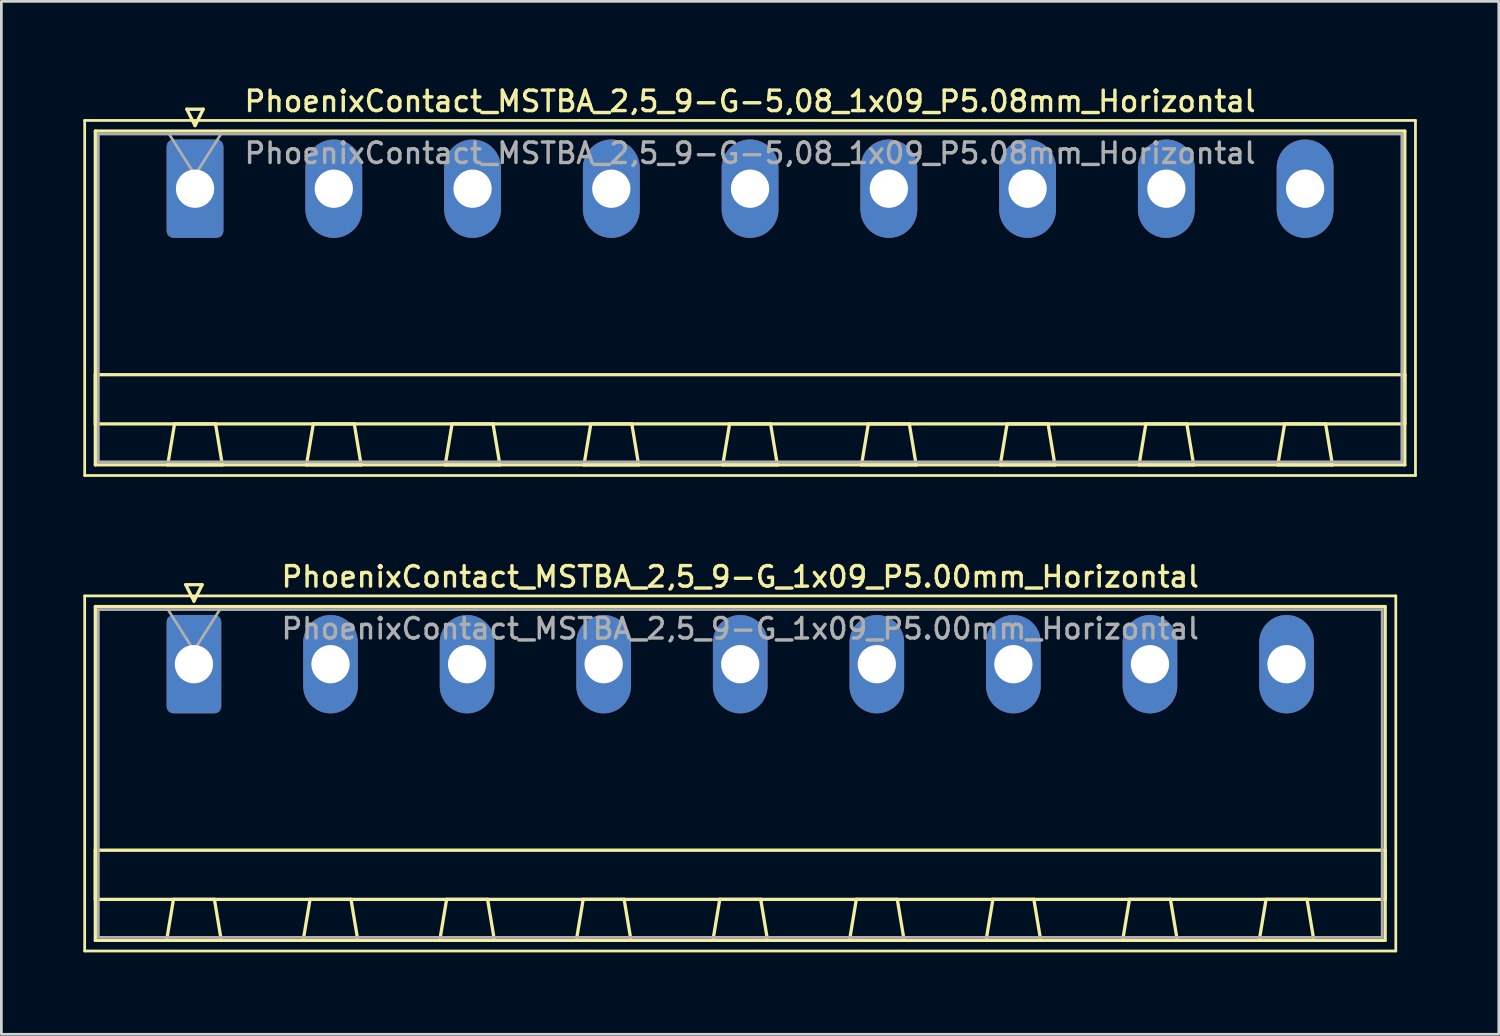
<source format=kicad_pcb>
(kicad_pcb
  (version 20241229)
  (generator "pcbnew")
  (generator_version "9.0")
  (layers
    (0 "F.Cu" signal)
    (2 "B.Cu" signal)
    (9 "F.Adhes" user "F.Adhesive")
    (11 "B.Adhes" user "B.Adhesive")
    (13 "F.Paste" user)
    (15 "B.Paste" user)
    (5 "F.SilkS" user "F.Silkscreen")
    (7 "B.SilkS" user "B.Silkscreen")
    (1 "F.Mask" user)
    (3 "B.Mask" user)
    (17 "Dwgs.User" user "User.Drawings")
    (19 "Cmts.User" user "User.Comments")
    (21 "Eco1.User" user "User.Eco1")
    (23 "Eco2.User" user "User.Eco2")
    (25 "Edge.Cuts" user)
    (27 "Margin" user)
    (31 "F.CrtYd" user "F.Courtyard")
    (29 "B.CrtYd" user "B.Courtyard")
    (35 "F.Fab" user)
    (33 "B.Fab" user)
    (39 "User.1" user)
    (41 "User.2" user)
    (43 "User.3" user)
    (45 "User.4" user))
  (footprint "PhoenixContact_MSTBA_2,5_9-G-5,08_1x09_P5.08mm_Horizontal"
    (layer "F.Cu")
    (at 4.09 3.858)
    (property "Reference" "PhoenixContact_MSTBA_2,5_9-G-5,08_1x09_P5.08mm_Horizontal" (at 20.32 -3.2 0) (layer "F.SilkS") (effects (font (size 0.75 0.75) (thickness 0.125))))
    (attr through_hole)
    (fp_line (start -4.04 -2.5) (end -4.04 10.5) (stroke (width 0.1) (type solid)) (layer "F.SilkS"))
    (fp_line (start -4.04 10.5) (end 44.68 10.5) (stroke (width 0.1) (type solid)) (layer "F.SilkS"))
    (fp_line (start -3.65 -2.11) (end -3.65 10.11) (stroke (width 0.12) (type solid)) (layer "F.SilkS"))
    (fp_line (start -3.65 6.81) (end 44.29 6.81) (stroke (width 0.12) (type solid)) (layer "F.SilkS"))
    (fp_line (start -3.65 8.61) (end -3.65 6.81) (stroke (width 0.12) (type solid)) (layer "F.SilkS"))
    (fp_line (start -3.65 10.11) (end 44.29 10.11) (stroke (width 0.12) (type solid)) (layer "F.SilkS"))
    (fp_line (start -1 10.11) (end 1 10.11) (stroke (width 0.12) (type solid)) (layer "F.SilkS"))
    (fp_line (start -0.75 8.61) (end -1 10.11) (stroke (width 0.12) (type solid)) (layer "F.SilkS"))
    (fp_line (start -0.3 -2.91) (end 0.3 -2.91) (stroke (width 0.12) (type solid)) (layer "F.SilkS"))
    (fp_line (start 0 -2.31) (end -0.3 -2.91) (stroke (width 0.12) (type solid)) (layer "F.SilkS"))
    (fp_line (start 0.3 -2.91) (end 0 -2.31) (stroke (width 0.12) (type solid)) (layer "F.SilkS"))
    (fp_line (start 0.75 8.61) (end -0.75 8.61) (stroke (width 0.12) (type solid)) (layer "F.SilkS"))
    (fp_line (start 1 10.11) (end 0.75 8.61) (stroke (width 0.12) (type solid)) (layer "F.SilkS"))
    (fp_line (start 4.08 10.11) (end 6.08 10.11) (stroke (width 0.12) (type solid)) (layer "F.SilkS"))
    (fp_line (start 4.33 8.61) (end 4.08 10.11) (stroke (width 0.12) (type solid)) (layer "F.SilkS"))
    (fp_line (start 5.83 8.61) (end 4.33 8.61) (stroke (width 0.12) (type solid)) (layer "F.SilkS"))
    (fp_line (start 6.08 10.11) (end 5.83 8.61) (stroke (width 0.12) (type solid)) (layer "F.SilkS"))
    (fp_line (start 9.16 10.11) (end 11.16 10.11) (stroke (width 0.12) (type solid)) (layer "F.SilkS"))
    (fp_line (start 9.41 8.61) (end 9.16 10.11) (stroke (width 0.12) (type solid)) (layer "F.SilkS"))
    (fp_line (start 10.91 8.61) (end 9.41 8.61) (stroke (width 0.12) (type solid)) (layer "F.SilkS"))
    (fp_line (start 11.16 10.11) (end 10.91 8.61) (stroke (width 0.12) (type solid)) (layer "F.SilkS"))
    (fp_line (start 14.24 10.11) (end 16.24 10.11) (stroke (width 0.12) (type solid)) (layer "F.SilkS"))
    (fp_line (start 14.49 8.61) (end 14.24 10.11) (stroke (width 0.12) (type solid)) (layer "F.SilkS"))
    (fp_line (start 15.99 8.61) (end 14.49 8.61) (stroke (width 0.12) (type solid)) (layer "F.SilkS"))
    (fp_line (start 16.24 10.11) (end 15.99 8.61) (stroke (width 0.12) (type solid)) (layer "F.SilkS"))
    (fp_line (start 19.32 10.11) (end 21.32 10.11) (stroke (width 0.12) (type solid)) (layer "F.SilkS"))
    (fp_line (start 19.57 8.61) (end 19.32 10.11) (stroke (width 0.12) (type solid)) (layer "F.SilkS"))
    (fp_line (start 21.07 8.61) (end 19.57 8.61) (stroke (width 0.12) (type solid)) (layer "F.SilkS"))
    (fp_line (start 21.32 10.11) (end 21.07 8.61) (stroke (width 0.12) (type solid)) (layer "F.SilkS"))
    (fp_line (start 24.4 10.11) (end 26.4 10.11) (stroke (width 0.12) (type solid)) (layer "F.SilkS"))
    (fp_line (start 24.65 8.61) (end 24.4 10.11) (stroke (width 0.12) (type solid)) (layer "F.SilkS"))
    (fp_line (start 26.15 8.61) (end 24.65 8.61) (stroke (width 0.12) (type solid)) (layer "F.SilkS"))
    (fp_line (start 26.4 10.11) (end 26.15 8.61) (stroke (width 0.12) (type solid)) (layer "F.SilkS"))
    (fp_line (start 29.48 10.11) (end 31.48 10.11) (stroke (width 0.12) (type solid)) (layer "F.SilkS"))
    (fp_line (start 29.73 8.61) (end 29.48 10.11) (stroke (width 0.12) (type solid)) (layer "F.SilkS"))
    (fp_line (start 31.23 8.61) (end 29.73 8.61) (stroke (width 0.12) (type solid)) (layer "F.SilkS"))
    (fp_line (start 31.48 10.11) (end 31.23 8.61) (stroke (width 0.12) (type solid)) (layer "F.SilkS"))
    (fp_line (start 34.56 10.11) (end 36.56 10.11) (stroke (width 0.12) (type solid)) (layer "F.SilkS"))
    (fp_line (start 34.81 8.61) (end 34.56 10.11) (stroke (width 0.12) (type solid)) (layer "F.SilkS"))
    (fp_line (start 36.31 8.61) (end 34.81 8.61) (stroke (width 0.12) (type solid)) (layer "F.SilkS"))
    (fp_line (start 36.56 10.11) (end 36.31 8.61) (stroke (width 0.12) (type solid)) (layer "F.SilkS"))
    (fp_line (start 39.64 10.11) (end 41.64 10.11) (stroke (width 0.12) (type solid)) (layer "F.SilkS"))
    (fp_line (start 39.89 8.61) (end 39.64 10.11) (stroke (width 0.12) (type solid)) (layer "F.SilkS"))
    (fp_line (start 41.39 8.61) (end 39.89 8.61) (stroke (width 0.12) (type solid)) (layer "F.SilkS"))
    (fp_line (start 41.64 10.11) (end 41.39 8.61) (stroke (width 0.12) (type solid)) (layer "F.SilkS"))
    (fp_line (start 44.29 -2.11) (end -3.65 -2.11) (stroke (width 0.12) (type solid)) (layer "F.SilkS"))
    (fp_line (start 44.29 6.81) (end 44.29 8.61) (stroke (width 0.12) (type solid)) (layer "F.SilkS"))
    (fp_line (start 44.29 8.61) (end -3.65 8.61) (stroke (width 0.12) (type solid)) (layer "F.SilkS"))
    (fp_line (start 44.29 10.11) (end 44.29 -2.11) (stroke (width 0.12) (type solid)) (layer "F.SilkS"))
    (fp_line (start 44.68 -2.5) (end -4.04 -2.5) (stroke (width 0.1) (type solid)) (layer "F.SilkS"))
    (fp_line (start 44.68 10.5) (end 44.68 -2.5) (stroke (width 0.1) (type solid)) (layer "F.SilkS"))
    (fp_line (start -3.54 -2) (end -3.54 10) (stroke (width 0.1) (type solid)) (layer "F.Fab"))
    (fp_line (start -3.54 10) (end 44.18 10) (stroke (width 0.1) (type solid)) (layer "F.Fab"))
    (fp_line (start 0 -0.5) (end -0.95 -2) (stroke (width 0.1) (type solid)) (layer "F.Fab"))
    (fp_line (start 0.95 -2) (end 0 -0.5) (stroke (width 0.1) (type solid)) (layer "F.Fab"))
    (fp_line (start 44.18 -2) (end -3.54 -2) (stroke (width 0.1) (type solid)) (layer "F.Fab"))
    (fp_line (start 44.18 10) (end 44.18 -2) (stroke (width 0.1) (type solid)) (layer "F.Fab"))
    (fp_text user "${REFERENCE}" (at 20.32 -1.3 0) (layer "F.Fab") (effects (font (size 0.75 0.75) (thickness 0.125))))
    (pad "1" thru_hole roundrect (at 0 0) (size 2.08 3.6) (drill 1.4) (layers "*.Cu" "*.Mask") (roundrect_rratio 0.12))
    (pad "2" thru_hole oval (at 5.08 0) (size 2.08 3.6) (drill 1.4) (layers "*.Cu" "*.Mask"))
    (pad "3" thru_hole oval (at 10.16 0) (size 2.08 3.6) (drill 1.4) (layers "*.Cu" "*.Mask"))
    (pad "4" thru_hole oval (at 15.24 0) (size 2.08 3.6) (drill 1.4) (layers "*.Cu" "*.Mask"))
    (pad "5" thru_hole oval (at 20.32 0) (size 2.08 3.6) (drill 1.4) (layers "*.Cu" "*.Mask"))
    (pad "6" thru_hole oval (at 25.4 0) (size 2.08 3.6) (drill 1.4) (layers "*.Cu" "*.Mask"))
    (pad "7" thru_hole oval (at 30.48 0) (size 2.08 3.6) (drill 1.4) (layers "*.Cu" "*.Mask"))
    (pad "8" thru_hole oval (at 35.56 0) (size 2.08 3.6) (drill 1.4) (layers "*.Cu" "*.Mask"))
    (pad "9" thru_hole oval (at 40.64 0) (size 2.08 3.6) (drill 1.4) (layers "*.Cu" "*.Mask")))
  (footprint "PhoenixContact_MSTBA_2,5_9-G_1x09_P5.00mm_Horizontal"
    (layer "F.Cu")
    (at 4.05 21.266)
    (property "Reference" "PhoenixContact_MSTBA_2,5_9-G_1x09_P5.00mm_Horizontal" (at 20 -3.2 0) (layer "F.SilkS") (effects (font (size 0.75 0.75) (thickness 0.125))))
    (attr through_hole)
    (fp_line (start -4 -2.5) (end -4 10.5) (stroke (width 0.1) (type solid)) (layer "F.SilkS"))
    (fp_line (start -4 10.5) (end 44 10.5) (stroke (width 0.1) (type solid)) (layer "F.SilkS"))
    (fp_line (start -3.61 -2.11) (end -3.61 10.11) (stroke (width 0.12) (type solid)) (layer "F.SilkS"))
    (fp_line (start -3.61 6.81) (end 43.61 6.81) (stroke (width 0.12) (type solid)) (layer "F.SilkS"))
    (fp_line (start -3.61 8.61) (end -3.61 6.81) (stroke (width 0.12) (type solid)) (layer "F.SilkS"))
    (fp_line (start -3.61 10.11) (end 43.61 10.11) (stroke (width 0.12) (type solid)) (layer "F.SilkS"))
    (fp_line (start -1 10.11) (end 1 10.11) (stroke (width 0.12) (type solid)) (layer "F.SilkS"))
    (fp_line (start -0.75 8.61) (end -1 10.11) (stroke (width 0.12) (type solid)) (layer "F.SilkS"))
    (fp_line (start -0.3 -2.91) (end 0.3 -2.91) (stroke (width 0.12) (type solid)) (layer "F.SilkS"))
    (fp_line (start 0 -2.31) (end -0.3 -2.91) (stroke (width 0.12) (type solid)) (layer "F.SilkS"))
    (fp_line (start 0.3 -2.91) (end 0 -2.31) (stroke (width 0.12) (type solid)) (layer "F.SilkS"))
    (fp_line (start 0.75 8.61) (end -0.75 8.61) (stroke (width 0.12) (type solid)) (layer "F.SilkS"))
    (fp_line (start 1 10.11) (end 0.75 8.61) (stroke (width 0.12) (type solid)) (layer "F.SilkS"))
    (fp_line (start 4 10.11) (end 6 10.11) (stroke (width 0.12) (type solid)) (layer "F.SilkS"))
    (fp_line (start 4.25 8.61) (end 4 10.11) (stroke (width 0.12) (type solid)) (layer "F.SilkS"))
    (fp_line (start 5.75 8.61) (end 4.25 8.61) (stroke (width 0.12) (type solid)) (layer "F.SilkS"))
    (fp_line (start 6 10.11) (end 5.75 8.61) (stroke (width 0.12) (type solid)) (layer "F.SilkS"))
    (fp_line (start 9 10.11) (end 11 10.11) (stroke (width 0.12) (type solid)) (layer "F.SilkS"))
    (fp_line (start 9.25 8.61) (end 9 10.11) (stroke (width 0.12) (type solid)) (layer "F.SilkS"))
    (fp_line (start 10.75 8.61) (end 9.25 8.61) (stroke (width 0.12) (type solid)) (layer "F.SilkS"))
    (fp_line (start 11 10.11) (end 10.75 8.61) (stroke (width 0.12) (type solid)) (layer "F.SilkS"))
    (fp_line (start 14 10.11) (end 16 10.11) (stroke (width 0.12) (type solid)) (layer "F.SilkS"))
    (fp_line (start 14.25 8.61) (end 14 10.11) (stroke (width 0.12) (type solid)) (layer "F.SilkS"))
    (fp_line (start 15.75 8.61) (end 14.25 8.61) (stroke (width 0.12) (type solid)) (layer "F.SilkS"))
    (fp_line (start 16 10.11) (end 15.75 8.61) (stroke (width 0.12) (type solid)) (layer "F.SilkS"))
    (fp_line (start 19 10.11) (end 21 10.11) (stroke (width 0.12) (type solid)) (layer "F.SilkS"))
    (fp_line (start 19.25 8.61) (end 19 10.11) (stroke (width 0.12) (type solid)) (layer "F.SilkS"))
    (fp_line (start 20.75 8.61) (end 19.25 8.61) (stroke (width 0.12) (type solid)) (layer "F.SilkS"))
    (fp_line (start 21 10.11) (end 20.75 8.61) (stroke (width 0.12) (type solid)) (layer "F.SilkS"))
    (fp_line (start 24 10.11) (end 26 10.11) (stroke (width 0.12) (type solid)) (layer "F.SilkS"))
    (fp_line (start 24.25 8.61) (end 24 10.11) (stroke (width 0.12) (type solid)) (layer "F.SilkS"))
    (fp_line (start 25.75 8.61) (end 24.25 8.61) (stroke (width 0.12) (type solid)) (layer "F.SilkS"))
    (fp_line (start 26 10.11) (end 25.75 8.61) (stroke (width 0.12) (type solid)) (layer "F.SilkS"))
    (fp_line (start 29 10.11) (end 31 10.11) (stroke (width 0.12) (type solid)) (layer "F.SilkS"))
    (fp_line (start 29.25 8.61) (end 29 10.11) (stroke (width 0.12) (type solid)) (layer "F.SilkS"))
    (fp_line (start 30.75 8.61) (end 29.25 8.61) (stroke (width 0.12) (type solid)) (layer "F.SilkS"))
    (fp_line (start 31 10.11) (end 30.75 8.61) (stroke (width 0.12) (type solid)) (layer "F.SilkS"))
    (fp_line (start 34 10.11) (end 36 10.11) (stroke (width 0.12) (type solid)) (layer "F.SilkS"))
    (fp_line (start 34.25 8.61) (end 34 10.11) (stroke (width 0.12) (type solid)) (layer "F.SilkS"))
    (fp_line (start 35.75 8.61) (end 34.25 8.61) (stroke (width 0.12) (type solid)) (layer "F.SilkS"))
    (fp_line (start 36 10.11) (end 35.75 8.61) (stroke (width 0.12) (type solid)) (layer "F.SilkS"))
    (fp_line (start 39 10.11) (end 41 10.11) (stroke (width 0.12) (type solid)) (layer "F.SilkS"))
    (fp_line (start 39.25 8.61) (end 39 10.11) (stroke (width 0.12) (type solid)) (layer "F.SilkS"))
    (fp_line (start 40.75 8.61) (end 39.25 8.61) (stroke (width 0.12) (type solid)) (layer "F.SilkS"))
    (fp_line (start 41 10.11) (end 40.75 8.61) (stroke (width 0.12) (type solid)) (layer "F.SilkS"))
    (fp_line (start 43.61 -2.11) (end -3.61 -2.11) (stroke (width 0.12) (type solid)) (layer "F.SilkS"))
    (fp_line (start 43.61 6.81) (end 43.61 8.61) (stroke (width 0.12) (type solid)) (layer "F.SilkS"))
    (fp_line (start 43.61 8.61) (end -3.61 8.61) (stroke (width 0.12) (type solid)) (layer "F.SilkS"))
    (fp_line (start 43.61 10.11) (end 43.61 -2.11) (stroke (width 0.12) (type solid)) (layer "F.SilkS"))
    (fp_line (start 44 -2.5) (end -4 -2.5) (stroke (width 0.1) (type solid)) (layer "F.SilkS"))
    (fp_line (start 44 10.5) (end 44 -2.5) (stroke (width 0.1) (type solid)) (layer "F.SilkS"))
    (fp_line (start -3.5 -2) (end -3.5 10) (stroke (width 0.1) (type solid)) (layer "F.Fab"))
    (fp_line (start -3.5 10) (end 43.5 10) (stroke (width 0.1) (type solid)) (layer "F.Fab"))
    (fp_line (start 0 -0.5) (end -0.95 -2) (stroke (width 0.1) (type solid)) (layer "F.Fab"))
    (fp_line (start 0.95 -2) (end 0 -0.5) (stroke (width 0.1) (type solid)) (layer "F.Fab"))
    (fp_line (start 43.5 -2) (end -3.5 -2) (stroke (width 0.1) (type solid)) (layer "F.Fab"))
    (fp_line (start 43.5 10) (end 43.5 -2) (stroke (width 0.1) (type solid)) (layer "F.Fab"))
    (fp_text user "${REFERENCE}" (at 20 -1.3 0) (layer "F.Fab") (effects (font (size 0.75 0.75) (thickness 0.125))))
    (pad "1" thru_hole roundrect (at 0 0) (size 2 3.6) (drill 1.4) (layers "*.Cu" "*.Mask") (roundrect_rratio 0.125))
    (pad "2" thru_hole oval (at 5 0) (size 2 3.6) (drill 1.4) (layers "*.Cu" "*.Mask"))
    (pad "3" thru_hole oval (at 10 0) (size 2 3.6) (drill 1.4) (layers "*.Cu" "*.Mask"))
    (pad "4" thru_hole oval (at 15 0) (size 2 3.6) (drill 1.4) (layers "*.Cu" "*.Mask"))
    (pad "5" thru_hole oval (at 20 0) (size 2 3.6) (drill 1.4) (layers "*.Cu" "*.Mask"))
    (pad "6" thru_hole oval (at 25 0) (size 2 3.6) (drill 1.4) (layers "*.Cu" "*.Mask"))
    (pad "7" thru_hole oval (at 30 0) (size 2 3.6) (drill 1.4) (layers "*.Cu" "*.Mask"))
    (pad "8" thru_hole oval (at 35 0) (size 2 3.6) (drill 1.4) (layers "*.Cu" "*.Mask"))
    (pad "9" thru_hole oval (at 40 0) (size 2 3.6) (drill 1.4) (layers "*.Cu" "*.Mask")))
  (gr_rect
    (start -3 -3)
    (end 51.82 34.816)
    (stroke (width 0.1) (type default))
    (fill no)
    (layer "Edge.Cuts")))
</source>
